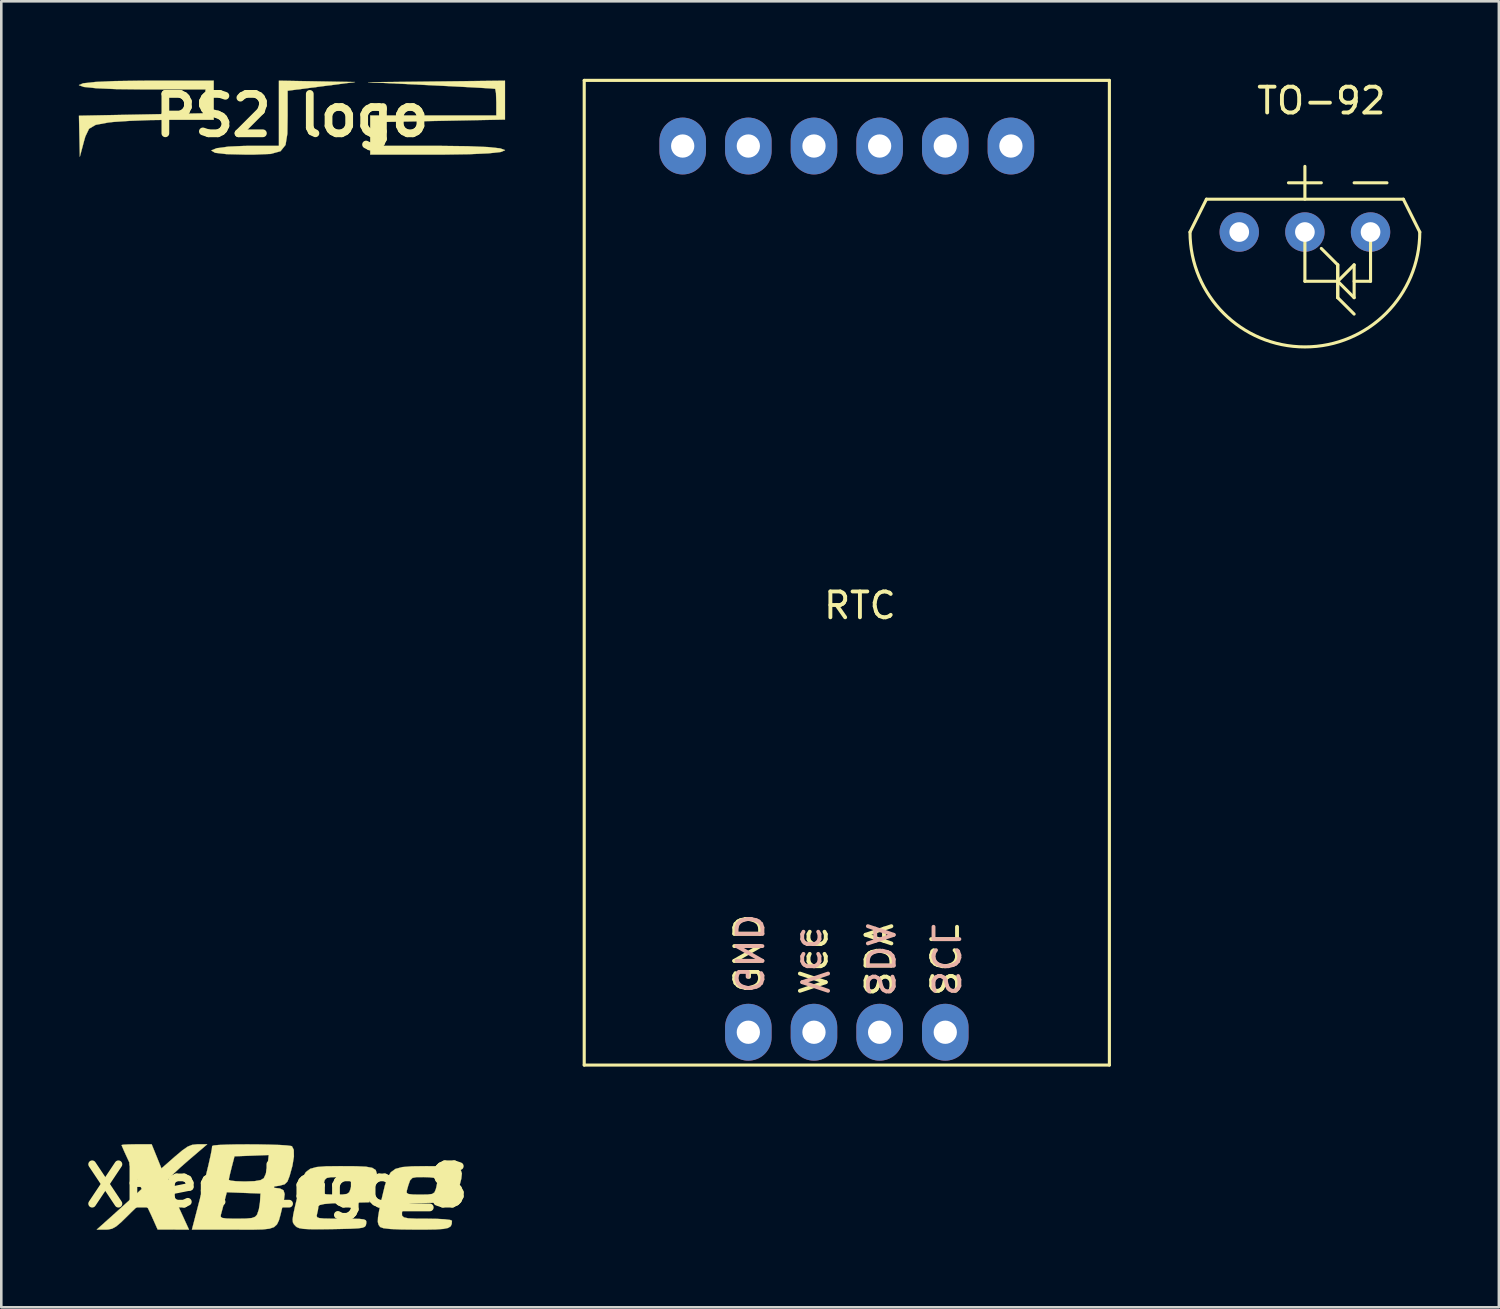
<source format=kicad_pcb>
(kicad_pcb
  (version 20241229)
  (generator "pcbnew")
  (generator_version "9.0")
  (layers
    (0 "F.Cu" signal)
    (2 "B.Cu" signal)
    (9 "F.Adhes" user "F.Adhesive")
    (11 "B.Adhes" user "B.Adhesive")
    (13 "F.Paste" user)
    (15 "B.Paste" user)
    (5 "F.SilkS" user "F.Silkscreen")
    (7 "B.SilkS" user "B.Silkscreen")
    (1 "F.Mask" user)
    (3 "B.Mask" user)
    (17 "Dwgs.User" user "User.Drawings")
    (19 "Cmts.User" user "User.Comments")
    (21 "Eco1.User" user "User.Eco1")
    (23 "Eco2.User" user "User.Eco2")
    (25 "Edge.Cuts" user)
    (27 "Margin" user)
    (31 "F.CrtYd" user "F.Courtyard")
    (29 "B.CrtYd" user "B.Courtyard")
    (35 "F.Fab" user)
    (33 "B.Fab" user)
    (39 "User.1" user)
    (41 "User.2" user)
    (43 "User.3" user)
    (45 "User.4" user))
  (footprint "RTC"
    (layer "F.Cu")
    (at 29.715 19.11)
    (property "Reference" "RTC" (at 0.508 1.27 0) (layer "F.SilkS") (effects (font (size 1 1) (thickness 0.15))))
    (attr through_hole)
    (fp_line (start -10.16 -19.05) (end -10.16 19.05) (stroke (width 0.12) (type solid)) (layer "F.SilkS"))
    (fp_line (start -10.16 19.05) (end 10.16 19.05) (stroke (width 0.12) (type solid)) (layer "F.SilkS"))
    (fp_line (start 10.16 -19.05) (end -10.16 -19.05) (stroke (width 0.12) (type solid)) (layer "F.SilkS"))
    (fp_line (start 10.16 19.05) (end 10.16 -19.05) (stroke (width 0.12) (type solid)) (layer "F.SilkS"))
    (fp_text user "SDA" (at 1.27 14.986 90) (layer "F.SilkS") (effects (font (size 1 1) (thickness 0.15))))
    (fp_text user "SCL" (at 3.81 14.986 90) (layer "F.SilkS") (effects (font (size 1 1) (thickness 0.15))))
    (fp_text user "GND" (at -3.81 14.732 90) (layer "F.SilkS") (effects (font (size 1 1) (thickness 0.15))))
    (fp_text user "Vcc" (at -1.27 14.986 90) (layer "F.SilkS") (effects (font (size 1 1) (thickness 0.15))))
    (fp_text user "SDA" (at 1.27 14.986 270) (unlocked yes) (layer "B.SilkS") (effects (font (size 1 1) (thickness 0.15)) (justify mirror)))
    (fp_text user "GND" (at -3.81 14.732 270) (unlocked yes) (layer "B.SilkS") (effects (font (size 1 1) (thickness 0.15)) (justify mirror)))
    (fp_text user "SCL" (at 3.81 14.986 270) (unlocked yes) (layer "B.SilkS") (effects (font (size 1 1) (thickness 0.15)) (justify mirror)))
    (fp_text user "Vcc" (at -1.27 14.986 270) (unlocked yes) (layer "B.SilkS") (effects (font (size 1 1) (thickness 0.15)) (justify mirror)))
    (pad "1" thru_hole oval (at -3.81 17.78) (size 1.8 2.2) (drill 0.9) (layers "*.Cu" "*.Mask"))
    (pad "2" thru_hole oval (at -1.27 17.78) (size 1.8 2.2) (drill 0.9) (layers "*.Cu" "*.Mask"))
    (pad "3" thru_hole oval (at 1.27 17.78) (size 1.8 2.2) (drill 0.9) (layers "*.Cu" "*.Mask"))
    (pad "4" thru_hole oval (at 3.81 17.78) (size 1.8 2.2) (drill 0.9) (layers "*.Cu" "*.Mask"))
    (pad "5" thru_hole oval (at -6.35 -16.51) (size 1.8 2.2) (drill 0.9) (layers "*.Cu" "*.Mask"))
    (pad "6" thru_hole oval (at -3.81 -16.51) (size 1.8 2.2) (drill 0.9) (layers "*.Cu" "*.Mask"))
    (pad "7" thru_hole oval (at -1.27 -16.51) (size 1.8 2.2) (drill 0.9) (layers "*.Cu" "*.Mask"))
    (pad "8" thru_hole oval (at 1.27 -16.51) (size 1.8 2.2) (drill 0.9) (layers "*.Cu" "*.Mask"))
    (pad "9" thru_hole oval (at 3.81 -16.51) (size 1.8 2.2) (drill 0.9) (layers "*.Cu" "*.Mask"))
    (pad "10" thru_hole oval (at 6.35 -16.51) (size 1.8 2.2) (drill 0.9) (layers "*.Cu" "*.Mask")))
  (footprint "PS2 logo"
    (layer "F.Cu")
    (at 8.247 1.418)
    (property "Reference" "PS2 logo" (at 0 0 0) (layer "F.SilkS") (effects (font (size 1.524 1.524) (thickness 0.3))))
    (attr through_hole)
    (fp_poly (pts (xy 0.967 -1.32) (xy 2.439 -1.294) (xy 1.135 -1.125) (xy -0.168 -0.957) (xy -0.168 0.012) (xy -0.178 0.703) (xy -0.249 1.141) (xy -0.443 1.383) (xy -0.824 1.488) (xy -1.453 1.513) (xy -1.794 1.514) (xy -2.528 1.496) (xy -2.977 1.443) (xy -3.117 1.358) (xy -3.112 1.346) (xy -2.904 1.264) (xy -2.453 1.205) (xy -1.848 1.178) (xy -1.756 1.177) (xy -0.505 1.177) (xy -0.505 -1.346) (xy 0.967 -1.32)) (stroke (width 0.01) (type solid)) (fill yes) (layer "F.SilkS"))
    (fp_poly (pts (xy -3.028 0.168) (xy -4.686 0.168) (xy -5.503 0.179) (xy -6.287 0.209) (xy -6.914 0.251) (xy -7.114 0.274) (xy -7.595 0.363) (xy -7.852 0.515) (xy -7.996 0.816) (xy -8.045 0.988) (xy -8.208 1.598) (xy -8.225 0.804) (xy -8.242 0.009) (xy -5.845 -0.037) (xy -3.448 -0.084) (xy -3.342 -1.009) (xy -5.792 -1.009) (xy -6.801 -1.02) (xy -7.565 -1.053) (xy -8.055 -1.104) (xy -8.242 -1.172) (xy -8.242 -1.177) (xy -8.079 -1.245) (xy -7.607 -1.297) (xy -6.854 -1.331) (xy -5.847 -1.345) (xy -5.635 -1.346) (xy -3.028 -1.346) (xy -3.028 0.168)) (stroke (width 0.01) (type solid)) (fill yes) (layer "F.SilkS"))
    (fp_poly (pts (xy 8.242 0.159) (xy 5.845 0.206) (xy 3.448 0.252) (xy 3.395 0.715) (xy 3.342 1.177) (xy 5.792 1.177) (xy 6.801 1.189) (xy 7.565 1.221) (xy 8.055 1.272) (xy 8.242 1.34) (xy 8.242 1.346) (xy 8.079 1.413) (xy 7.607 1.465) (xy 6.854 1.499) (xy 5.847 1.514) (xy 5.635 1.514) (xy 3.028 1.514) (xy 3.028 0) (xy 7.906 0) (xy 7.906 -0.505) (xy 7.894 -0.867) (xy 7.864 -1.03) (xy 7.864 -1.03) (xy 7.69 -1.046) (xy 7.241 -1.073) (xy 6.576 -1.109) (xy 5.757 -1.151) (xy 5.383 -1.169) (xy 2.944 -1.287) (xy 8.242 -1.346) (xy 8.242 0.159)) (stroke (width 0.01) (type solid)) (fill yes) (layer "F.SilkS")))
  (footprint "TO-92"
    (layer "F.Cu")
    (at 47.44 5.928)
    (property "Reference" "TO-92" (at 0.635 -5.08 0) (layer "F.SilkS") (effects (font (size 1 1) (thickness 0.15))))
    (attr through_hole)
    (fp_line (start -3.81 -1.27) (end -4.445 0) (stroke (width 0.12) (type solid)) (layer "F.SilkS"))
    (fp_line (start -3.81 -1.27) (end 3.81 -1.27) (stroke (width 0.12) (type solid)) (layer "F.SilkS"))
    (fp_line (start -0.635 -1.905) (end 0.635 -1.905) (stroke (width 0.12) (type solid)) (layer "F.SilkS"))
    (fp_line (start 0 -2.54) (end 0 -1.27) (stroke (width 0.12) (type solid)) (layer "F.SilkS"))
    (fp_line (start 0 1.905) (end 0 0) (stroke (width 0.12) (type solid)) (layer "F.SilkS"))
    (fp_line (start 1.27 1.27) (end 0.635 0.635) (stroke (width 0.12) (type solid)) (layer "F.SilkS"))
    (fp_line (start 1.27 1.27) (end 1.27 2.54) (stroke (width 0.12) (type solid)) (layer "F.SilkS"))
    (fp_line (start 1.27 1.905) (end 0 1.905) (stroke (width 0.12) (type solid)) (layer "F.SilkS"))
    (fp_line (start 1.27 1.905) (end 1.905 1.27) (stroke (width 0.12) (type solid)) (layer "F.SilkS"))
    (fp_line (start 1.27 2.54) (end 1.27 1.27) (stroke (width 0.12) (type solid)) (layer "F.SilkS"))
    (fp_line (start 1.27 2.54) (end 1.905 3.175) (stroke (width 0.12) (type solid)) (layer "F.SilkS"))
    (fp_line (start 1.905 -1.905) (end 3.175 -1.905) (stroke (width 0.12) (type solid)) (layer "F.SilkS"))
    (fp_line (start 1.905 1.27) (end 1.905 2.54) (stroke (width 0.12) (type solid)) (layer "F.SilkS"))
    (fp_line (start 1.905 1.905) (end 2.54 1.905) (stroke (width 0.12) (type solid)) (layer "F.SilkS"))
    (fp_line (start 1.905 2.54) (end 1.27 1.905) (stroke (width 0.12) (type solid)) (layer "F.SilkS"))
    (fp_line (start 2.54 1.905) (end 2.54 0) (stroke (width 0.12) (type solid)) (layer "F.SilkS"))
    (fp_line (start 3.81 -1.27) (end 4.445 0) (stroke (width 0.12) (type solid)) (layer "F.SilkS"))
    (fp_arc (start 4.445 0) (mid 0 4.445) (end -4.445 0) (stroke (width 0.12) (type solid)) (layer "F.SilkS"))
    (pad "1" thru_hole circle (at 0 0) (size 1.524 1.524) (drill 0.762) (layers "*.Cu" "*.Mask"))
    (pad "2" thru_hole circle (at 2.54 0) (size 1.524 1.524) (drill 0.762) (layers "*.Cu" "*.Mask"))
    (pad "3" thru_hole circle (at -2.54 0) (size 1.524 1.524) (drill 0.762) (layers "*.Cu" "*.Mask")))
  (footprint "XBee Logo_S"
    (layer "F.Cu")
    (at 7.664 42.834)
    (property "Reference" "XBee Logo_S" (at 0 0 0) (layer "F.SilkS") (effects (font (size 1.524 1.524) (thickness 0.3))))
    (attr through_hole)
    (fp_poly (pts (xy -4.656 -1.142) (xy -4.467 -0.675) (xy -3.935 -1.142) (xy -3.654 -1.378) (xy -3.45 -1.519) (xy -3.275 -1.588) (xy -3.087 -1.608) (xy -3.05 -1.609) (xy -2.696 -1.609) (xy -3.444 -0.97) (xy -3.741 -0.709) (xy -3.986 -0.48) (xy -4.152 -0.311) (xy -4.213 -0.229) (xy -4.188 -0.116) (xy -4.103 0.116) (xy -3.973 0.433) (xy -3.818 0.783) (xy -3.401 1.693) (xy -4.008 1.691) (xy -4.614 1.689) (xy -4.859 1.141) (xy -4.987 0.871) (xy -5.092 0.675) (xy -5.155 0.593) (xy -5.158 0.593) (xy -5.237 0.649) (xy -5.405 0.8) (xy -5.632 1.018) (xy -5.757 1.143) (xy -6.028 1.408) (xy -6.222 1.572) (xy -6.378 1.658) (xy -6.535 1.69) (xy -6.637 1.693) (xy -6.972 1.693) (xy -6.428 1.206) (xy -6.128 0.936) (xy -5.829 0.666) (xy -5.589 0.448) (xy -5.558 0.42) (xy -5.232 0.12) (xy -5.621 -0.714) (xy -5.779 -1.055) (xy -5.907 -1.334) (xy -5.988 -1.52) (xy -6.011 -1.579) (xy -5.934 -1.594) (xy -5.73 -1.604) (xy -5.444 -1.609) (xy -5.428 -1.609) (xy -4.846 -1.609) (xy -4.656 -1.142)) (stroke (width 0.01) (type solid)) (fill yes) (layer "F.SilkS"))
    (fp_poly (pts (xy 6.353 -0.76) (xy 6.728 -0.744) (xy 6.975 -0.701) (xy 7.111 -0.618) (xy 7.158 -0.482) (xy 7.135 -0.278) (xy 7.062 0.006) (xy 7.047 0.058) (xy 6.886 0.635) (xy 5.908 0.659) (xy 5.487 0.671) (xy 5.206 0.687) (xy 5.034 0.713) (xy 4.94 0.755) (xy 4.895 0.82) (xy 4.879 0.87) (xy 4.839 1.038) (xy 4.842 1.151) (xy 4.914 1.219) (xy 5.08 1.255) (xy 5.364 1.268) (xy 5.792 1.27) (xy 5.8 1.27) (xy 6.183 1.276) (xy 6.495 1.293) (xy 6.703 1.319) (xy 6.773 1.348) (xy 6.765 1.476) (xy 6.722 1.567) (xy 6.622 1.629) (xy 6.441 1.666) (xy 6.153 1.686) (xy 5.736 1.693) (xy 5.384 1.693) (xy 4.807 1.687) (xy 4.389 1.669) (xy 4.122 1.638) (xy 3.998 1.593) (xy 3.996 1.592) (xy 3.934 1.509) (xy 3.905 1.396) (xy 3.912 1.223) (xy 3.956 0.957) (xy 4.04 0.568) (xy 4.075 0.415) (xy 4.11 0.27) (xy 5.022 0.27) (xy 5.092 0.315) (xy 5.268 0.335) (xy 5.538 0.339) (xy 5.835 0.335) (xy 6.007 0.313) (xy 6.096 0.253) (xy 6.146 0.135) (xy 6.166 0.064) (xy 6.207 -0.142) (xy 6.208 -0.27) (xy 6.206 -0.275) (xy 6.109 -0.309) (xy 5.894 -0.332) (xy 5.673 -0.339) (xy 5.405 -0.337) (xy 5.247 -0.308) (xy 5.154 -0.215) (xy 5.085 -0.022) (xy 5.025 0.191) (xy 5.022 0.27) (xy 4.11 0.27) (xy 4.177 -0.009) (xy 4.279 -0.316) (xy 4.407 -0.526) (xy 4.589 -0.657) (xy 4.853 -0.727) (xy 5.226 -0.756) (xy 5.737 -0.762) (xy 5.828 -0.762) (xy 6.353 -0.76)) (stroke (width 0.01) (type solid)) (fill yes) (layer "F.SilkS"))
    (fp_poly (pts (xy 3.065 -0.759) (xy 3.442 -0.742) (xy 3.688 -0.698) (xy 3.824 -0.612) (xy 3.868 -0.472) (xy 3.841 -0.264) (xy 3.761 0.025) (xy 3.749 0.065) (xy 3.579 0.635) (xy 2.594 0.659) (xy 2.131 0.676) (xy 1.822 0.703) (xy 1.652 0.741) (xy 1.608 0.786) (xy 1.586 0.947) (xy 1.555 1.079) (xy 1.539 1.161) (xy 1.559 1.215) (xy 1.643 1.247) (xy 1.817 1.263) (xy 2.11 1.269) (xy 2.494 1.27) (xy 2.915 1.271) (xy 3.195 1.278) (xy 3.361 1.297) (xy 3.441 1.332) (xy 3.462 1.39) (xy 3.456 1.46) (xy 3.44 1.533) (xy 3.398 1.585) (xy 3.305 1.621) (xy 3.135 1.644) (xy 2.863 1.658) (xy 2.463 1.668) (xy 2.146 1.674) (xy 1.639 1.681) (xy 1.274 1.678) (xy 1.024 1.664) (xy 0.863 1.636) (xy 0.764 1.593) (xy 0.728 1.562) (xy 0.658 1.487) (xy 0.618 1.409) (xy 0.609 1.295) (xy 0.633 1.114) (xy 0.693 0.835) (xy 0.789 0.425) (xy 0.799 0.384) (xy 0.836 0.233) (xy 1.731 0.233) (xy 1.764 0.294) (xy 1.924 0.328) (xy 2.231 0.339) (xy 2.244 0.339) (xy 2.539 0.335) (xy 2.708 0.312) (xy 2.796 0.25) (xy 2.846 0.129) (xy 2.864 0.064) (xy 2.905 -0.142) (xy 2.906 -0.27) (xy 2.904 -0.275) (xy 2.807 -0.309) (xy 2.592 -0.332) (xy 2.367 -0.339) (xy 2.086 -0.334) (xy 1.93 -0.306) (xy 1.855 -0.236) (xy 1.815 -0.107) (xy 1.815 -0.106) (xy 1.766 0.105) (xy 1.731 0.233) (xy 0.836 0.233) (xy 0.901 -0.03) (xy 0.999 -0.33) (xy 1.12 -0.534) (xy 1.291 -0.661) (xy 1.542 -0.729) (xy 1.899 -0.757) (xy 2.391 -0.762) (xy 2.539 -0.762) (xy 3.065 -0.759)) (stroke (width 0.01) (type solid)) (fill yes) (layer "F.SilkS"))
    (fp_poly (pts (xy -0.692 -1.603) (xy -0.273 -1.595) (xy 0.095 -1.583) (xy 0.381 -1.565) (xy 0.553 -1.542) (xy 0.584 -1.531) (xy 0.653 -1.394) (xy 0.658 -1.133) (xy 0.601 -0.78) (xy 0.491 -0.38) (xy 0.408 -0.168) (xy 0.299 -0.06) (xy 0.105 -0.007) (xy 0 0.008) (xy -0.201 0.04) (xy -0.24 0.06) (xy -0.127 0.073) (xy 0.118 0.101) (xy 0.256 0.172) (xy 0.301 0.318) (xy 0.269 0.572) (xy 0.212 0.815) (xy 0.14 1.114) (xy 0.078 1.336) (xy 0.002 1.493) (xy -0.112 1.597) (xy -0.289 1.657) (xy -0.553 1.686) (xy -0.927 1.695) (xy -1.437 1.694) (xy -1.69 1.693) (xy -3.289 1.693) (xy -3.159 1.196) (xy -2.174 1.196) (xy -2.114 1.24) (xy -1.959 1.262) (xy -1.677 1.27) (xy -1.533 1.27) (xy -1.186 1.265) (xy -0.969 1.244) (xy -0.845 1.198) (xy -0.773 1.12) (xy -0.763 1.102) (xy -0.697 0.904) (xy -0.656 0.644) (xy -0.654 0.615) (xy -0.635 0.296) (xy -1.287 0.272) (xy -1.939 0.247) (xy -2.033 0.61) (xy -2.101 0.87) (xy -2.157 1.079) (xy -2.17 1.122) (xy -2.174 1.196) (xy -3.159 1.196) (xy -2.877 0.111) (xy -2.789 -0.233) (xy -1.861 -0.233) (xy -1.784 -0.202) (xy -1.58 -0.18) (xy -1.289 -0.17) (xy -1.238 -0.169) (xy -0.864 -0.182) (xy -0.63 -0.223) (xy -0.508 -0.296) (xy -0.434 -0.456) (xy -0.374 -0.705) (xy -0.359 -0.808) (xy -0.316 -1.193) (xy -1.64 -1.143) (xy -1.75 -0.72) (xy -1.813 -0.467) (xy -1.853 -0.284) (xy -1.861 -0.233) (xy -2.789 -0.233) (xy -2.751 -0.383) (xy -2.645 -0.821) (xy -2.565 -1.177) (xy -2.517 -1.424) (xy -2.506 -1.537) (xy -2.507 -1.54) (xy -2.445 -1.564) (xy -2.244 -1.583) (xy -1.937 -1.596) (xy -1.555 -1.604) (xy -1.13 -1.606) (xy -0.692 -1.603)) (stroke (width 0.01) (type solid)) (fill yes) (layer "F.SilkS")))
  (gr_rect
    (start -3 -3)
    (end 54.945 47.533)
    (stroke (width 0.1) (type default))
    (fill no)
    (layer "Edge.Cuts")))
</source>
